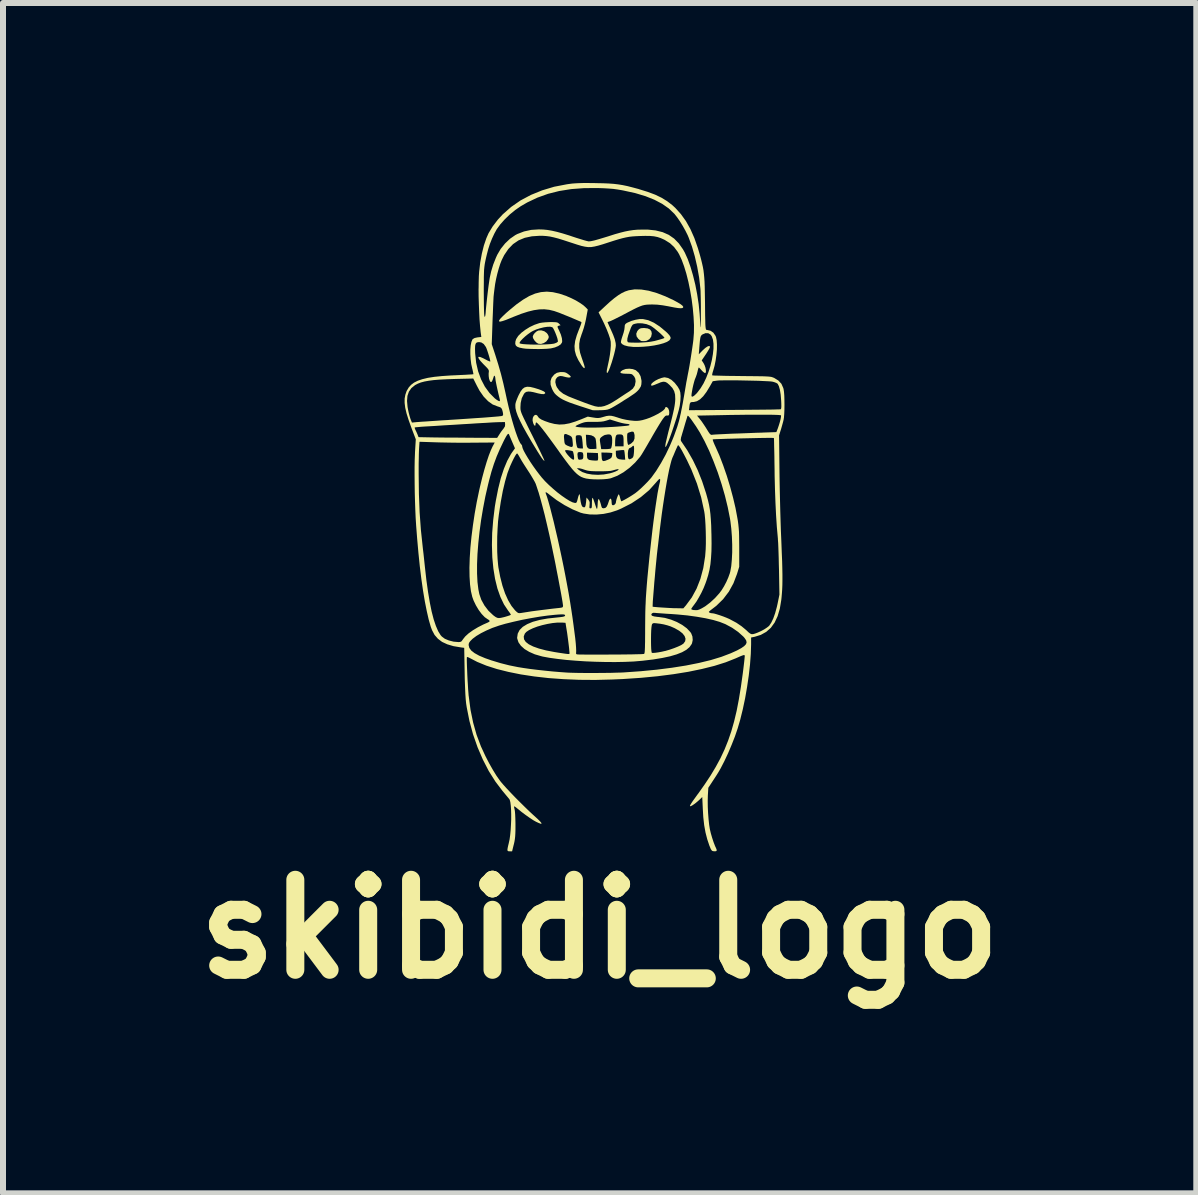
<source format=kicad_pcb>
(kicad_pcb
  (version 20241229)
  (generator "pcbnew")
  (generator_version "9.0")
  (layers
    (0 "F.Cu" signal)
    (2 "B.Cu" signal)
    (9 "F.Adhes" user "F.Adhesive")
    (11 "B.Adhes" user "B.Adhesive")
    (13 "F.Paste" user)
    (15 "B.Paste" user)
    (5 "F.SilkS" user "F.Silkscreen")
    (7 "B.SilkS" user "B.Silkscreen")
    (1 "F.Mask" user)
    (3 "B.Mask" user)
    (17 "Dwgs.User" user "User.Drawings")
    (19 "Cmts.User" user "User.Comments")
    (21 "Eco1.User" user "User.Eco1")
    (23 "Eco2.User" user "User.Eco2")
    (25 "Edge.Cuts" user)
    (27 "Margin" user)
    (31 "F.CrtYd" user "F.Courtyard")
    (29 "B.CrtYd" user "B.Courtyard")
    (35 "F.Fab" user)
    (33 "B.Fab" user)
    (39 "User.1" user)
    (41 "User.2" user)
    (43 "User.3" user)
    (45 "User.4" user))
  (footprint "skibidi_logo"
    (layer "F.Cu")
    (at 6.943 5.433)
    (property "Reference" "skibidi_logo" (at 0 7 0) (layer "F.SilkS") (effects (font (size 1.5 1.5) (thickness 0.3))))
    (attr board_only exclude_from_pos_files exclude_from_bom)
    (fp_poly (pts (xy -0.921 -2.962) (xy -0.881 -2.933) (xy -0.864 -2.91) (xy -0.85 -2.881) (xy -0.849 -2.859) (xy -0.858 -2.835) (xy -0.888 -2.794) (xy -0.93 -2.766) (xy -0.977 -2.751) (xy -1.021 -2.755) (xy -1.028 -2.758) (xy -1.058 -2.778) (xy -1.087 -2.81) (xy -1.108 -2.845) (xy -1.115 -2.872) (xy -1.105 -2.902) (xy -1.081 -2.934) (xy -1.048 -2.962) (xy -1.017 -2.976) (xy -0.97 -2.977)) (stroke (width 0) (type solid)) (fill yes) (layer "F.SilkS"))
    (fp_poly (pts (xy 0.8 -3.01) (xy 0.84 -2.992) (xy 0.863 -2.959) (xy 0.869 -2.922) (xy 0.858 -2.871) (xy 0.829 -2.831) (xy 0.785 -2.805) (xy 0.757 -2.799) (xy 0.723 -2.798) (xy 0.696 -2.8) (xy 0.693 -2.801) (xy 0.672 -2.814) (xy 0.646 -2.835) (xy 0.643 -2.838) (xy 0.616 -2.877) (xy 0.61 -2.921) (xy 0.627 -2.964) (xy 0.642 -2.984) (xy 0.664 -3.003) (xy 0.688 -3.013) (xy 0.722 -3.016) (xy 0.74 -3.017)) (stroke (width 0) (type solid)) (fill yes) (layer "F.SilkS"))
    (fp_poly (pts (xy 1.14 -2.184) (xy 1.196 -2.153) (xy 1.251 -2.103) (xy 1.301 -2.039) (xy 1.331 -1.987) (xy 1.344 -1.943) (xy 1.349 -1.882) (xy 1.346 -1.808) (xy 1.336 -1.728) (xy 1.331 -1.704) (xy 1.319 -1.651) (xy 1.301 -1.587) (xy 1.28 -1.515) (xy 1.255 -1.438) (xy 1.229 -1.359) (xy 1.203 -1.282) (xy 1.177 -1.21) (xy 1.153 -1.146) (xy 1.131 -1.094) (xy 1.114 -1.056) (xy 1.101 -1.035) (xy 1.097 -1.033) (xy 1.094 -1.043) (xy 1.096 -1.069) (xy 1.098 -1.083) (xy 1.103 -1.11) (xy 1.114 -1.156) (xy 1.128 -1.215) (xy 1.144 -1.281) (xy 1.159 -1.338) (xy 1.187 -1.447) (xy 1.209 -1.535) (xy 1.226 -1.608) (xy 1.239 -1.667) (xy 1.248 -1.715) (xy 1.254 -1.756) (xy 1.258 -1.792) (xy 1.26 -1.828) (xy 1.26 -1.837) (xy 1.257 -1.908) (xy 1.242 -1.965) (xy 1.213 -2.016) (xy 1.166 -2.067) (xy 1.157 -2.075) (xy 1.123 -2.104) (xy 1.092 -2.119) (xy 1.059 -2.122) (xy 1.018 -2.112) (xy 0.963 -2.089) (xy 0.962 -2.089) (xy 0.914 -2.069) (xy 0.882 -2.058) (xy 0.865 -2.056) (xy 0.858 -2.062) (xy 0.857 -2.07) (xy 0.867 -2.092) (xy 0.895 -2.117) (xy 0.934 -2.143) (xy 0.98 -2.166) (xy 1.028 -2.184) (xy 1.071 -2.194) (xy 1.085 -2.195)) (stroke (width 0) (type solid)) (fill yes) (layer "F.SilkS"))
    (fp_poly (pts (xy -1.157 -2.035) (xy -1.09 -2.019) (xy -1.032 -2.001) (xy -0.97 -1.979) (xy -0.93 -1.96) (xy -0.91 -1.944) (xy -0.907 -1.929) (xy -0.909 -1.927) (xy -0.929 -1.915) (xy -0.969 -1.916) (xy -1.028 -1.928) (xy -1.062 -1.937) (xy -1.11 -1.949) (xy -1.157 -1.957) (xy -1.189 -1.958) (xy -1.224 -1.952) (xy -1.249 -1.935) (xy -1.264 -1.914) (xy -1.298 -1.847) (xy -1.316 -1.767) (xy -1.32 -1.7) (xy -1.32 -1.68) (xy -1.319 -1.661) (xy -1.316 -1.642) (xy -1.31 -1.62) (xy -1.3 -1.592) (xy -1.285 -1.557) (xy -1.264 -1.512) (xy -1.236 -1.455) (xy -1.201 -1.383) (xy -1.157 -1.294) (xy -1.117 -1.215) (xy -1.072 -1.124) (xy -1.031 -1.041) (xy -0.994 -0.966) (xy -0.964 -0.903) (xy -0.94 -0.853) (xy -0.925 -0.819) (xy -0.919 -0.804) (xy -0.919 -0.803) (xy -0.929 -0.807) (xy -0.941 -0.819) (xy -0.963 -0.847) (xy -0.994 -0.894) (xy -1.034 -0.957) (xy -1.081 -1.034) (xy -1.134 -1.122) (xy -1.191 -1.22) (xy -1.212 -1.256) (xy -1.276 -1.371) (xy -1.326 -1.469) (xy -1.364 -1.552) (xy -1.389 -1.622) (xy -1.403 -1.682) (xy -1.405 -1.732) (xy -1.403 -1.754) (xy -1.395 -1.786) (xy -1.378 -1.832) (xy -1.357 -1.882) (xy -1.349 -1.899) (xy -1.317 -1.959) (xy -1.286 -2.001) (xy -1.251 -2.027) (xy -1.209 -2.038)) (stroke (width 0) (type solid)) (fill yes) (layer "F.SilkS"))
    (fp_poly (pts (xy -0.78 -3.614) (xy -0.673 -3.59) (xy -0.556 -3.551) (xy -0.546 -3.546) (xy -0.472 -3.514) (xy -0.398 -3.477) (xy -0.33 -3.436) (xy -0.273 -3.397) (xy -0.237 -3.365) (xy -0.198 -3.325) (xy -0.212 -3.25) (xy -0.229 -3.158) (xy -0.247 -3.081) (xy -0.266 -3.012) (xy -0.289 -2.943) (xy -0.299 -2.917) (xy -0.327 -2.832) (xy -0.34 -2.756) (xy -0.34 -2.683) (xy -0.326 -2.605) (xy -0.298 -2.518) (xy -0.275 -2.452) (xy -0.26 -2.406) (xy -0.251 -2.375) (xy -0.249 -2.357) (xy -0.251 -2.349) (xy -0.256 -2.348) (xy -0.27 -2.356) (xy -0.29 -2.379) (xy -0.303 -2.397) (xy -0.356 -2.483) (xy -0.393 -2.562) (xy -0.414 -2.639) (xy -0.419 -2.717) (xy -0.408 -2.802) (xy -0.381 -2.896) (xy -0.34 -3.004) (xy -0.336 -3.013) (xy -0.319 -3.057) (xy -0.307 -3.091) (xy -0.303 -3.112) (xy -0.305 -3.116) (xy -0.32 -3.124) (xy -0.354 -3.138) (xy -0.4 -3.158) (xy -0.456 -3.182) (xy -0.516 -3.207) (xy -0.576 -3.231) (xy -0.633 -3.254) (xy -0.672 -3.27) (xy -0.758 -3.3) (xy -0.84 -3.32) (xy -0.922 -3.329) (xy -1.006 -3.327) (xy -1.096 -3.314) (xy -1.194 -3.29) (xy -1.305 -3.254) (xy -1.431 -3.205) (xy -1.487 -3.182) (xy -1.563 -3.151) (xy -1.62 -3.132) (xy -1.658 -3.123) (xy -1.676 -3.127) (xy -1.676 -3.143) (xy -1.656 -3.171) (xy -1.616 -3.212) (xy -1.558 -3.267) (xy -1.505 -3.313) (xy -1.386 -3.411) (xy -1.276 -3.489) (xy -1.174 -3.549) (xy -1.075 -3.591) (xy -0.979 -3.615) (xy -0.881 -3.623)) (stroke (width 0) (type solid)) (fill yes) (layer "F.SilkS"))
    (fp_poly (pts (xy 0.81 -3.147) (xy 0.904 -3.105) (xy 1.001 -3.042) (xy 1.102 -2.958) (xy 1.128 -2.934) (xy 1.164 -2.894) (xy 1.182 -2.863) (xy 1.181 -2.838) (xy 1.163 -2.813) (xy 1.159 -2.809) (xy 1.121 -2.785) (xy 1.064 -2.763) (xy 0.992 -2.743) (xy 0.909 -2.726) (xy 0.82 -2.713) (xy 0.728 -2.705) (xy 0.64 -2.701) (xy 0.557 -2.702) (xy 0.485 -2.71) (xy 0.472 -2.712) (xy 0.412 -2.728) (xy 0.372 -2.75) (xy 0.355 -2.775) (xy 0.354 -2.777) (xy 0.357 -2.8) (xy 0.357 -2.802) (xy 0.46 -2.802) (xy 0.47 -2.781) (xy 0.471 -2.78) (xy 0.488 -2.776) (xy 0.525 -2.774) (xy 0.576 -2.773) (xy 0.637 -2.773) (xy 0.657 -2.773) (xy 0.737 -2.777) (xy 0.802 -2.782) (xy 0.859 -2.79) (xy 0.917 -2.801) (xy 0.954 -2.811) (xy 1.004 -2.825) (xy 1.045 -2.837) (xy 1.072 -2.847) (xy 1.08 -2.853) (xy 1.071 -2.867) (xy 1.048 -2.891) (xy 1.015 -2.923) (xy 0.975 -2.958) (xy 0.933 -2.993) (xy 0.894 -3.024) (xy 0.861 -3.047) (xy 0.848 -3.055) (xy 0.782 -3.081) (xy 0.707 -3.095) (xy 0.633 -3.096) (xy 0.591 -3.088) (xy 0.567 -3.081) (xy 0.55 -3.071) (xy 0.537 -3.053) (xy 0.522 -3.024) (xy 0.505 -2.978) (xy 0.477 -2.9) (xy 0.462 -2.842) (xy 0.46 -2.802) (xy 0.357 -2.802) (xy 0.366 -2.837) (xy 0.38 -2.881) (xy 0.383 -2.889) (xy 0.399 -2.939) (xy 0.411 -2.988) (xy 0.416 -3.027) (xy 0.416 -3.028) (xy 0.419 -3.062) (xy 0.429 -3.083) (xy 0.451 -3.1) (xy 0.465 -3.107) (xy 0.526 -3.134) (xy 0.597 -3.154) (xy 0.667 -3.166) (xy 0.721 -3.166)) (stroke (width 0) (type solid)) (fill yes) (layer "F.SilkS"))
    (fp_poly (pts (xy 0.695 -3.658) (xy 0.818 -3.638) (xy 0.951 -3.6) (xy 1.094 -3.545) (xy 1.231 -3.481) (xy 1.301 -3.443) (xy 1.35 -3.413) (xy 1.38 -3.389) (xy 1.393 -3.37) (xy 1.391 -3.358) (xy 1.378 -3.349) (xy 1.35 -3.346) (xy 1.307 -3.349) (xy 1.245 -3.359) (xy 1.163 -3.375) (xy 1.154 -3.377) (xy 1.052 -3.395) (xy 0.96 -3.406) (xy 0.874 -3.409) (xy 0.827 -3.408) (xy 0.787 -3.406) (xy 0.75 -3.401) (xy 0.712 -3.392) (xy 0.671 -3.377) (xy 0.622 -3.356) (xy 0.563 -3.327) (xy 0.49 -3.289) (xy 0.409 -3.246) (xy 0.346 -3.213) (xy 0.286 -3.183) (xy 0.236 -3.158) (xy 0.197 -3.14) (xy 0.179 -3.132) (xy 0.15 -3.122) (xy 0.133 -3.116) (xy 0.132 -3.116) (xy 0.135 -3.105) (xy 0.147 -3.078) (xy 0.165 -3.037) (xy 0.186 -2.992) (xy 0.226 -2.901) (xy 0.253 -2.827) (xy 0.267 -2.765) (xy 0.27 -2.725) (xy 0.266 -2.692) (xy 0.256 -2.642) (xy 0.241 -2.58) (xy 0.222 -2.512) (xy 0.201 -2.442) (xy 0.178 -2.376) (xy 0.176 -2.368) (xy 0.154 -2.313) (xy 0.137 -2.279) (xy 0.125 -2.266) (xy 0.119 -2.274) (xy 0.118 -2.292) (xy 0.12 -2.315) (xy 0.128 -2.354) (xy 0.138 -2.401) (xy 0.14 -2.41) (xy 0.157 -2.489) (xy 0.171 -2.571) (xy 0.181 -2.651) (xy 0.186 -2.723) (xy 0.185 -2.779) (xy 0.185 -2.787) (xy 0.174 -2.839) (xy 0.151 -2.908) (xy 0.118 -2.993) (xy 0.075 -3.09) (xy 0.037 -3.168) (xy -0.018 -3.278) (xy 0.088 -3.377) (xy 0.172 -3.454) (xy 0.245 -3.515) (xy 0.309 -3.562) (xy 0.367 -3.598) (xy 0.423 -3.625) (xy 0.48 -3.644) (xy 0.487 -3.646) (xy 0.585 -3.661)) (stroke (width 0) (type solid)) (fill yes) (layer "F.SilkS"))
    (fp_poly (pts (xy -0.765 -3.115) (xy -0.73 -3.113) (xy -0.706 -3.109) (xy -0.69 -3.1) (xy -0.678 -3.09) (xy -0.651 -3.063) (xy -0.678 -3.056) (xy -0.695 -3.05) (xy -0.702 -3.04) (xy -0.698 -3.022) (xy -0.683 -2.99) (xy -0.675 -2.974) (xy -0.646 -2.907) (xy -0.629 -2.846) (xy -0.624 -2.796) (xy -0.629 -2.773) (xy -0.65 -2.743) (xy -0.691 -2.716) (xy -0.746 -2.693) (xy -0.813 -2.677) (xy -0.824 -2.676) (xy -0.873 -2.671) (xy -0.939 -2.668) (xy -1.014 -2.666) (xy -1.092 -2.667) (xy -1.166 -2.669) (xy -1.23 -2.672) (xy -1.277 -2.678) (xy -1.278 -2.678) (xy -1.336 -2.69) (xy -1.374 -2.705) (xy -1.396 -2.724) (xy -1.406 -2.751) (xy -1.406 -2.755) (xy -1.406 -2.763) (xy -1.335 -2.763) (xy -1.334 -2.762) (xy -1.315 -2.755) (xy -1.277 -2.749) (xy -1.223 -2.745) (xy -1.159 -2.742) (xy -1.087 -2.74) (xy -1.013 -2.74) (xy -0.939 -2.742) (xy -0.872 -2.745) (xy -0.813 -2.749) (xy -0.769 -2.755) (xy -0.753 -2.759) (xy -0.721 -2.771) (xy -0.7 -2.785) (xy -0.696 -2.79) (xy -0.697 -2.81) (xy -0.705 -2.846) (xy -0.72 -2.89) (xy -0.738 -2.936) (xy -0.757 -2.979) (xy -0.774 -3.012) (xy -0.788 -3.029) (xy -0.789 -3.03) (xy -0.823 -3.038) (xy -0.872 -3.037) (xy -0.931 -3.028) (xy -0.995 -3.012) (xy -1.058 -2.992) (xy -1.114 -2.967) (xy -1.144 -2.95) (xy -1.195 -2.914) (xy -1.242 -2.876) (xy -1.283 -2.838) (xy -1.314 -2.805) (xy -1.332 -2.779) (xy -1.335 -2.763) (xy -1.406 -2.763) (xy -1.404 -2.792) (xy -1.392 -2.83) (xy -1.39 -2.834) (xy -1.357 -2.885) (xy -1.305 -2.937) (xy -1.239 -2.987) (xy -1.165 -3.033) (xy -1.087 -3.07) (xy -1.009 -3.097) (xy -0.998 -3.1) (xy -0.956 -3.107) (xy -0.901 -3.112) (xy -0.841 -3.115) (xy -0.819 -3.116)) (stroke (width 0) (type solid)) (fill yes) (layer "F.SilkS"))
    (fp_poly (pts (xy 0.552 -2.332) (xy 0.601 -2.314) (xy 0.604 -2.312) (xy 0.651 -2.27) (xy 0.682 -2.213) (xy 0.697 -2.143) (xy 0.698 -2.122) (xy 0.695 -2.077) (xy 0.686 -2.043) (xy 0.664 -2.008) (xy 0.663 -2.005) (xy 0.647 -1.985) (xy 0.629 -1.966) (xy 0.606 -1.945) (xy 0.575 -1.921) (xy 0.532 -1.892) (xy 0.477 -1.855) (xy 0.404 -1.81) (xy 0.376 -1.791) (xy 0.303 -1.746) (xy 0.246 -1.712) (xy 0.202 -1.687) (xy 0.165 -1.669) (xy 0.133 -1.658) (xy 0.1 -1.652) (xy 0.064 -1.649) (xy 0.02 -1.647) (xy 0.012 -1.647) (xy -0.04 -1.646) (xy -0.084 -1.646) (xy -0.114 -1.647) (xy -0.123 -1.649) (xy -0.138 -1.654) (xy -0.171 -1.665) (xy -0.218 -1.68) (xy -0.276 -1.699) (xy -0.323 -1.714) (xy -0.421 -1.747) (xy -0.501 -1.775) (xy -0.564 -1.801) (xy -0.615 -1.825) (xy -0.656 -1.849) (xy -0.687 -1.871) (xy -0.725 -1.902) (xy -0.75 -1.928) (xy -0.771 -1.959) (xy -0.793 -2.001) (xy -0.817 -2.07) (xy -0.819 -2.132) (xy -0.801 -2.187) (xy -0.795 -2.195) (xy -0.756 -2.242) (xy -0.713 -2.27) (xy -0.66 -2.282) (xy -0.636 -2.283) (xy -0.592 -2.281) (xy -0.561 -2.272) (xy -0.53 -2.253) (xy -0.525 -2.249) (xy -0.499 -2.228) (xy -0.483 -2.211) (xy -0.481 -2.207) (xy -0.491 -2.193) (xy -0.519 -2.191) (xy -0.561 -2.198) (xy -0.572 -2.201) (xy -0.622 -2.214) (xy -0.658 -2.217) (xy -0.687 -2.208) (xy -0.709 -2.194) (xy -0.733 -2.161) (xy -0.739 -2.115) (xy -0.726 -2.06) (xy -0.713 -2.03) (xy -0.671 -1.972) (xy -0.608 -1.922) (xy -0.522 -1.878) (xy -0.515 -1.875) (xy -0.427 -1.84) (xy -0.34 -1.806) (xy -0.259 -1.775) (xy -0.188 -1.749) (xy -0.13 -1.729) (xy -0.088 -1.716) (xy -0.079 -1.713) (xy -0.027 -1.704) (xy 0.025 -1.705) (xy 0.078 -1.716) (xy 0.138 -1.739) (xy 0.207 -1.775) (xy 0.288 -1.825) (xy 0.337 -1.858) (xy 0.387 -1.891) (xy 0.437 -1.924) (xy 0.478 -1.95) (xy 0.498 -1.963) (xy 0.553 -2.006) (xy 0.586 -2.057) (xy 0.598 -2.119) (xy 0.599 -2.127) (xy 0.594 -2.171) (xy 0.578 -2.205) (xy 0.568 -2.217) (xy 0.549 -2.238) (xy 0.53 -2.249) (xy 0.502 -2.253) (xy 0.466 -2.254) (xy 0.403 -2.256) (xy 0.363 -2.263) (xy 0.345 -2.274) (xy 0.35 -2.29) (xy 0.377 -2.311) (xy 0.386 -2.316) (xy 0.434 -2.334) (xy 0.493 -2.339)) (stroke (width 0) (type solid)) (fill yes) (layer "F.SilkS"))
    (fp_poly (pts (xy 1.116 -1.699) (xy 1.136 -1.685) (xy 1.145 -1.673) (xy 1.158 -1.637) (xy 1.16 -1.6) (xy 1.156 -1.571) (xy 1.147 -1.559) (xy 1.127 -1.558) (xy 1.125 -1.558) (xy 1.109 -1.558) (xy 1.094 -1.55) (xy 1.076 -1.531) (xy 1.051 -1.498) (xy 1.029 -1.465) (xy 1.003 -1.424) (xy 0.969 -1.368) (xy 0.929 -1.301) (xy 0.887 -1.229) (xy 0.845 -1.155) (xy 0.838 -1.144) (xy 0.799 -1.076) (xy 0.761 -1.011) (xy 0.727 -0.954) (xy 0.7 -0.909) (xy 0.68 -0.88) (xy 0.677 -0.874) (xy 0.593 -0.776) (xy 0.499 -0.688) (xy 0.398 -0.613) (xy 0.294 -0.554) (xy 0.192 -0.515) (xy 0.179 -0.511) (xy 0.127 -0.502) (xy 0.059 -0.496) (xy -0.018 -0.494) (xy -0.095 -0.495) (xy -0.166 -0.5) (xy -0.223 -0.508) (xy -0.232 -0.51) (xy -0.271 -0.521) (xy -0.308 -0.536) (xy -0.343 -0.557) (xy -0.38 -0.586) (xy -0.419 -0.624) (xy -0.463 -0.673) (xy -0.468 -0.68) (xy -0.381 -0.68) (xy -0.346 -0.651) (xy -0.288 -0.616) (xy -0.212 -0.59) (xy -0.125 -0.575) (xy -0.029 -0.57) (xy 0.069 -0.576) (xy 0.166 -0.594) (xy 0.168 -0.594) (xy 0.22 -0.609) (xy 0.265 -0.626) (xy 0.298 -0.642) (xy 0.316 -0.656) (xy 0.317 -0.66) (xy 0.306 -0.665) (xy 0.277 -0.66) (xy 0.229 -0.647) (xy 0.211 -0.642) (xy 0.183 -0.636) (xy 0.135 -0.632) (xy 0.073 -0.63) (xy 0.001 -0.629) (xy -0.006 -0.629) (xy -0.079 -0.63) (xy -0.133 -0.632) (xy -0.175 -0.636) (xy -0.209 -0.642) (xy -0.24 -0.651) (xy -0.252 -0.655) (xy -0.294 -0.669) (xy -0.331 -0.678) (xy -0.352 -0.68) (xy -0.381 -0.68) (xy -0.468 -0.68) (xy -0.513 -0.736) (xy -0.572 -0.814) (xy -0.641 -0.908) (xy -0.676 -0.957) (xy -0.681 -0.965) (xy -0.574 -0.965) (xy -0.56 -0.939) (xy -0.537 -0.908) (xy -0.509 -0.876) (xy -0.48 -0.847) (xy -0.453 -0.828) (xy -0.436 -0.822) (xy -0.428 -0.827) (xy -0.425 -0.846) (xy -0.428 -0.883) (xy -0.429 -0.889) (xy -0.433 -0.914) (xy -0.37 -0.914) (xy -0.367 -0.877) (xy -0.362 -0.844) (xy -0.354 -0.827) (xy -0.339 -0.822) (xy -0.33 -0.822) (xy -0.301 -0.826) (xy -0.284 -0.832) (xy -0.274 -0.852) (xy -0.272 -0.891) (xy -0.272 -0.893) (xy -0.276 -0.925) (xy -0.283 -0.94) (xy -0.211 -0.94) (xy -0.211 -0.895) (xy -0.208 -0.856) (xy -0.196 -0.832) (xy -0.171 -0.818) (xy -0.128 -0.811) (xy -0.115 -0.81) (xy -0.075 -0.807) (xy -0.045 -0.808) (xy -0.032 -0.811) (xy -0.027 -0.826) (xy -0.025 -0.856) (xy -0.026 -0.876) (xy -0.029 -0.933) (xy -0.12 -0.937) (xy -0.211 -0.94) (xy -0.283 -0.94) (xy -0.284 -0.941) (xy -0.288 -0.942) (xy 0.029 -0.942) (xy 0.032 -0.885) (xy 0.036 -0.837) (xy 0.045 -0.809) (xy 0.062 -0.799) (xy 0.092 -0.804) (xy 0.139 -0.822) (xy 0.141 -0.823) (xy 0.176 -0.84) (xy 0.196 -0.857) (xy 0.205 -0.88) (xy 0.207 -0.888) (xy 0.21 -0.916) (xy 0.21 -0.932) (xy 0.21 -0.933) (xy 0.197 -0.935) (xy 0.166 -0.938) (xy 0.125 -0.94) (xy 0.117 -0.94) (xy 0.029 -0.942) (xy -0.288 -0.942) (xy -0.302 -0.947) (xy -0.315 -0.949) (xy -0.348 -0.949) (xy -0.365 -0.939) (xy -0.37 -0.914) (xy -0.433 -0.914) (xy -0.436 -0.927) (xy -0.443 -0.954) (xy -0.449 -0.964) (xy -0.468 -0.97) (xy -0.47 -0.971) (xy 0.27 -0.971) (xy 0.27 -0.922) (xy 0.275 -0.877) (xy 0.291 -0.848) (xy 0.322 -0.831) (xy 0.371 -0.824) (xy 0.386 -0.823) (xy 0.426 -0.822) (xy 0.42 -0.899) (xy 0.418 -0.917) (xy 0.47 -0.917) (xy 0.472 -0.866) (xy 0.481 -0.837) (xy 0.498 -0.828) (xy 0.524 -0.838) (xy 0.545 -0.851) (xy 0.557 -0.865) (xy 0.565 -0.888) (xy 0.57 -0.926) (xy 0.573 -0.962) (xy 0.574 -1.015) (xy 0.571 -1.046) (xy 0.563 -1.056) (xy 0.548 -1.048) (xy 0.54 -1.039) (xy 0.52 -1.024) (xy 0.51 -1.021) (xy 0.49 -1.01) (xy 0.476 -0.979) (xy 0.47 -0.931) (xy 0.47 -0.917) (xy 0.418 -0.917) (xy 0.416 -0.939) (xy 0.411 -0.968) (xy 0.408 -0.981) (xy 0.394 -0.983) (xy 0.364 -0.982) (xy 0.336 -0.979) (xy 0.27 -0.971) (xy -0.47 -0.971) (xy -0.499 -0.976) (xy -0.532 -0.981) (xy -0.56 -0.982) (xy -0.574 -0.98) (xy -0.574 -0.965) (xy -0.681 -0.965) (xy -0.764 -1.08) (xy -0.839 -1.183) (xy -0.855 -1.204) (xy -0.595 -1.204) (xy -0.591 -1.157) (xy -0.587 -1.114) (xy -0.58 -1.089) (xy -0.569 -1.074) (xy -0.549 -1.062) (xy -0.535 -1.055) (xy -0.491 -1.038) (xy -0.464 -1.034) (xy -0.45 -1.044) (xy -0.446 -1.066) (xy -0.448 -1.1) (xy -0.452 -1.141) (xy -0.453 -1.153) (xy -0.459 -1.185) (xy -0.47 -1.204) (xy -0.398 -1.204) (xy -0.398 -1.172) (xy -0.395 -1.131) (xy -0.389 -1.088) (xy -0.381 -1.051) (xy -0.373 -1.026) (xy -0.372 -1.024) (xy -0.355 -1.014) (xy -0.325 -1.01) (xy -0.32 -1.009) (xy -0.278 -1.009) (xy -0.285 -1.111) (xy -0.291 -1.166) (xy -0.298 -1.204) (xy -0.307 -1.222) (xy -0.308 -1.222) (xy -0.334 -1.231) (xy -0.366 -1.231) (xy -0.391 -1.223) (xy -0.394 -1.221) (xy -0.398 -1.204) (xy -0.47 -1.204) (xy -0.47 -1.205) (xy -0.492 -1.221) (xy -0.518 -1.233) (xy -0.531 -1.238) (xy -0.229 -1.238) (xy -0.225 -1.139) (xy -0.221 -1.078) (xy -0.211 -1.037) (xy -0.193 -1.013) (xy -0.164 -1.001) (xy -0.121 -1) (xy -0.112 -1) (xy -0.053 -1.004) (xy -0.056 -1.08) (xy -0.06 -1.124) (xy -0.064 -1.151) (xy 0.003 -1.151) (xy 0.005 -1.133) (xy 0.01 -1.098) (xy 0.017 -1.056) (xy 0.018 -1.048) (xy 0.026 -0.998) (xy 0.098 -0.998) (xy 0.139 -1) (xy 0.172 -1.004) (xy 0.186 -1.008) (xy 0.196 -1.026) (xy 0.203 -1.059) (xy 0.208 -1.102) (xy 0.208 -1.114) (xy 0.258 -1.114) (xy 0.258 -1.045) (xy 0.329 -1.045) (xy 0.399 -1.045) (xy 0.399 -1.118) (xy 0.398 -1.174) (xy 0.395 -1.202) (xy 0.458 -1.202) (xy 0.458 -1.193) (xy 0.46 -1.136) (xy 0.466 -1.095) (xy 0.474 -1.072) (xy 0.48 -1.068) (xy 0.493 -1.074) (xy 0.519 -1.089) (xy 0.53 -1.097) (xy 0.564 -1.13) (xy 0.581 -1.174) (xy 0.582 -1.23) (xy 0.579 -1.245) (xy 0.571 -1.276) (xy 0.557 -1.29) (xy 0.53 -1.289) (xy 0.495 -1.278) (xy 0.474 -1.27) (xy 0.463 -1.259) (xy 0.459 -1.238) (xy 0.458 -1.202) (xy 0.395 -1.202) (xy 0.394 -1.21) (xy 0.384 -1.231) (xy 0.367 -1.241) (xy 0.34 -1.244) (xy 0.333 -1.244) (xy 0.299 -1.242) (xy 0.281 -1.234) (xy 0.27 -1.215) (xy 0.27 -1.214) (xy 0.263 -1.186) (xy 0.259 -1.145) (xy 0.258 -1.114) (xy 0.208 -1.114) (xy 0.209 -1.147) (xy 0.207 -1.187) (xy 0.201 -1.212) (xy 0.189 -1.233) (xy 0.171 -1.242) (xy 0.14 -1.244) (xy 0.085 -1.234) (xy 0.055 -1.218) (xy 0.022 -1.194) (xy 0.007 -1.174) (xy 0.003 -1.151) (xy -0.064 -1.151) (xy -0.066 -1.162) (xy -0.072 -1.182) (xy -0.098 -1.209) (xy -0.141 -1.229) (xy -0.19 -1.236) (xy -0.229 -1.238) (xy -0.531 -1.238) (xy -0.556 -1.249) (xy -0.58 -1.251) (xy -0.592 -1.237) (xy -0.595 -1.204) (xy -0.855 -1.204) (xy -0.903 -1.269) (xy -0.956 -1.337) (xy -0.99 -1.379) (xy -0.403 -1.379) (xy -0.393 -1.372) (xy -0.362 -1.366) (xy -0.313 -1.361) (xy -0.249 -1.358) (xy -0.172 -1.357) (xy -0.085 -1.357) (xy 0.009 -1.359) (xy 0.107 -1.363) (xy 0.208 -1.368) (xy 0.288 -1.373) (xy 0.349 -1.378) (xy 0.405 -1.383) (xy 0.448 -1.387) (xy 0.475 -1.391) (xy 0.479 -1.391) (xy 0.498 -1.4) (xy 0.497 -1.409) (xy 0.479 -1.417) (xy 0.448 -1.42) (xy 0.418 -1.424) (xy 0.373 -1.433) (xy 0.32 -1.447) (xy 0.287 -1.457) (xy 0.171 -1.493) (xy 0.106 -1.472) (xy 0.067 -1.462) (xy 0.024 -1.456) (xy -0.031 -1.453) (xy -0.1 -1.453) (xy -0.162 -1.453) (xy -0.207 -1.452) (xy -0.243 -1.448) (xy -0.274 -1.44) (xy -0.309 -1.428) (xy -0.321 -1.423) (xy -0.36 -1.406) (xy -0.389 -1.391) (xy -0.403 -1.38) (xy -0.403 -1.379) (xy -0.99 -1.379) (xy -0.997 -1.388) (xy -1.028 -1.422) (xy -1.049 -1.44) (xy -1.058 -1.444) (xy -1.065 -1.434) (xy -1.068 -1.414) (xy -1.072 -1.392) (xy -1.08 -1.388) (xy -1.092 -1.399) (xy -1.104 -1.422) (xy -1.113 -1.453) (xy -1.118 -1.481) (xy -1.114 -1.519) (xy -1.1 -1.548) (xy -1.08 -1.567) (xy -1.058 -1.57) (xy -1.038 -1.556) (xy -1.031 -1.545) (xy -1.011 -1.518) (xy -0.972 -1.492) (xy -0.913 -1.466) (xy -0.836 -1.439) (xy -0.752 -1.418) (xy -0.672 -1.408) (xy -0.59 -1.412) (xy -0.503 -1.428) (xy -0.405 -1.458) (xy -0.313 -1.493) (xy -0.198 -1.54) (xy -0.107 -1.525) (xy -0.059 -1.518) (xy -0.023 -1.517) (xy 0.01 -1.521) (xy 0.051 -1.532) (xy 0.067 -1.537) (xy 0.114 -1.55) (xy 0.154 -1.555) (xy 0.193 -1.554) (xy 0.239 -1.544) (xy 0.297 -1.526) (xy 0.323 -1.517) (xy 0.374 -1.502) (xy 0.437 -1.488) (xy 0.5 -1.478) (xy 0.516 -1.476) (xy 0.576 -1.47) (xy 0.622 -1.469) (xy 0.665 -1.473) (xy 0.713 -1.482) (xy 0.716 -1.483) (xy 0.776 -1.5) (xy 0.84 -1.523) (xy 0.903 -1.551) (xy 0.964 -1.582) (xy 1.017 -1.613) (xy 1.058 -1.642) (xy 1.084 -1.668) (xy 1.092 -1.685) (xy 1.099 -1.7)) (stroke (width 0) (type solid)) (fill yes) (layer "F.SilkS"))
    (fp_poly (pts (xy -0.088 -5.432) (xy -0.059 -5.431) (xy 0.055 -5.429) (xy 0.151 -5.425) (xy 0.235 -5.419) (xy 0.311 -5.41) (xy 0.385 -5.398) (xy 0.462 -5.382) (xy 0.548 -5.36) (xy 0.649 -5.333) (xy 0.66 -5.329) (xy 0.802 -5.285) (xy 0.925 -5.239) (xy 1.031 -5.188) (xy 1.124 -5.131) (xy 1.209 -5.066) (xy 1.261 -5.018) (xy 1.354 -4.915) (xy 1.438 -4.798) (xy 1.512 -4.666) (xy 1.578 -4.517) (xy 1.637 -4.348) (xy 1.673 -4.226) (xy 1.692 -4.155) (xy 1.707 -4.093) (xy 1.72 -4.035) (xy 1.73 -3.98) (xy 1.737 -3.922) (xy 1.743 -3.86) (xy 1.748 -3.789) (xy 1.751 -3.706) (xy 1.753 -3.608) (xy 1.755 -3.491) (xy 1.756 -3.427) (xy 1.757 -3.314) (xy 1.758 -3.222) (xy 1.76 -3.149) (xy 1.761 -3.093) (xy 1.763 -3.051) (xy 1.766 -3.022) (xy 1.769 -3.003) (xy 1.772 -2.993) (xy 1.777 -2.987) (xy 1.782 -2.986) (xy 1.783 -2.986) (xy 1.846 -2.972) (xy 1.895 -2.939) (xy 1.93 -2.888) (xy 1.939 -2.867) (xy 1.95 -2.814) (xy 1.955 -2.743) (xy 1.954 -2.659) (xy 1.946 -2.569) (xy 1.933 -2.477) (xy 1.915 -2.387) (xy 1.892 -2.306) (xy 1.891 -2.304) (xy 1.88 -2.267) (xy 1.875 -2.239) (xy 1.876 -2.228) (xy 1.889 -2.226) (xy 1.923 -2.224) (xy 1.976 -2.223) (xy 2.044 -2.221) (xy 2.126 -2.219) (xy 2.219 -2.218) (xy 2.32 -2.217) (xy 2.365 -2.216) (xy 2.484 -2.215) (xy 2.582 -2.214) (xy 2.661 -2.213) (xy 2.724 -2.212) (xy 2.773 -2.21) (xy 2.81 -2.208) (xy 2.839 -2.205) (xy 2.86 -2.202) (xy 2.877 -2.197) (xy 2.893 -2.191) (xy 2.908 -2.185) (xy 2.978 -2.142) (xy 3.029 -2.087) (xy 3.06 -2.017) (xy 3.065 -1.999) (xy 3.072 -1.954) (xy 3.077 -1.891) (xy 3.079 -1.816) (xy 3.08 -1.736) (xy 3.079 -1.656) (xy 3.076 -1.583) (xy 3.071 -1.522) (xy 3.065 -1.485) (xy 3.053 -1.438) (xy 3.037 -1.381) (xy 3.021 -1.325) (xy 3.019 -1.32) (xy 2.99 -1.227) (xy 2.997 -0.604) (xy 2.999 -0.46) (xy 3.002 -0.302) (xy 3.006 -0.136) (xy 3.01 0.032) (xy 3.015 0.198) (xy 3.02 0.354) (xy 3.026 0.496) (xy 3.029 0.569) (xy 3.035 0.728) (xy 3.041 0.866) (xy 3.044 0.985) (xy 3.046 1.09) (xy 3.046 1.182) (xy 3.045 1.264) (xy 3.042 1.338) (xy 3.037 1.408) (xy 3.031 1.477) (xy 3.027 1.514) (xy 3.003 1.659) (xy 2.966 1.785) (xy 2.916 1.892) (xy 2.853 1.979) (xy 2.776 2.047) (xy 2.686 2.097) (xy 2.587 2.128) (xy 2.524 2.141) (xy 2.524 2.255) (xy 2.519 2.414) (xy 2.506 2.589) (xy 2.485 2.774) (xy 2.457 2.965) (xy 2.424 3.155) (xy 2.385 3.339) (xy 2.342 3.513) (xy 2.3 3.656) (xy 2.254 3.791) (xy 2.199 3.931) (xy 2.14 4.07) (xy 2.078 4.202) (xy 2.017 4.32) (xy 1.997 4.355) (xy 1.979 4.386) (xy 1.951 4.431) (xy 1.918 4.482) (xy 1.889 4.526) (xy 1.811 4.645) (xy 1.803 4.778) (xy 1.801 4.864) (xy 1.802 4.962) (xy 1.807 5.066) (xy 1.815 5.169) (xy 1.825 5.262) (xy 1.836 5.332) (xy 1.852 5.401) (xy 1.874 5.477) (xy 1.899 5.553) (xy 1.924 5.618) (xy 1.939 5.649) (xy 1.951 5.681) (xy 1.947 5.699) (xy 1.924 5.704) (xy 1.895 5.702) (xy 1.878 5.698) (xy 1.864 5.685) (xy 1.85 5.661) (xy 1.833 5.619) (xy 1.83 5.613) (xy 1.793 5.503) (xy 1.764 5.39) (xy 1.742 5.268) (xy 1.727 5.134) (xy 1.719 4.996) (xy 1.71 4.799) (xy 1.662 4.846) (xy 1.627 4.877) (xy 1.589 4.908) (xy 1.553 4.933) (xy 1.525 4.949) (xy 1.513 4.953) (xy 1.506 4.951) (xy 1.505 4.944) (xy 1.512 4.929) (xy 1.527 4.904) (xy 1.552 4.866) (xy 1.589 4.815) (xy 1.638 4.747) (xy 1.639 4.747) (xy 1.749 4.591) (xy 1.848 4.442) (xy 1.935 4.297) (xy 2.013 4.153) (xy 2.081 4.008) (xy 2.141 3.859) (xy 2.194 3.704) (xy 2.241 3.539) (xy 2.283 3.363) (xy 2.32 3.171) (xy 2.354 2.963) (xy 2.386 2.734) (xy 2.394 2.67) (xy 2.402 2.604) (xy 2.409 2.545) (xy 2.414 2.497) (xy 2.417 2.464) (xy 2.418 2.455) (xy 2.417 2.442) (xy 2.413 2.434) (xy 2.403 2.433) (xy 2.383 2.439) (xy 2.349 2.452) (xy 2.299 2.474) (xy 2.265 2.489) (xy 2.101 2.554) (xy 1.914 2.613) (xy 1.706 2.665) (xy 1.479 2.712) (xy 1.232 2.752) (xy 0.968 2.786) (xy 0.686 2.813) (xy 0.387 2.833) (xy 0.204 2.841) (xy -0.073 2.848) (xy -0.342 2.846) (xy -0.602 2.835) (xy -0.851 2.817) (xy -1.089 2.79) (xy -1.313 2.756) (xy -1.521 2.714) (xy -1.713 2.666) (xy -1.887 2.61) (xy -2.041 2.547) (xy -2.168 2.481) (xy -2.194 2.469) (xy -2.21 2.465) (xy -2.212 2.466) (xy -2.213 2.48) (xy -2.214 2.513) (xy -2.213 2.562) (xy -2.211 2.625) (xy -2.208 2.696) (xy -2.205 2.773) (xy -2.201 2.851) (xy -2.196 2.928) (xy -2.192 3) (xy -2.187 3.063) (xy -2.183 3.113) (xy -2.182 3.116) (xy -2.152 3.346) (xy -2.108 3.56) (xy -2.051 3.762) (xy -1.978 3.956) (xy -1.904 4.116) (xy -1.841 4.238) (xy -1.778 4.349) (xy -1.719 4.445) (xy -1.664 4.523) (xy -1.645 4.548) (xy -1.602 4.598) (xy -1.546 4.66) (xy -1.479 4.731) (xy -1.405 4.808) (xy -1.327 4.886) (xy -1.25 4.962) (xy -1.176 5.034) (xy -1.109 5.096) (xy -1.089 5.114) (xy -1.031 5.167) (xy -0.992 5.206) (xy -0.971 5.232) (xy -0.969 5.244) (xy -0.985 5.244) (xy -1.018 5.231) (xy -1.059 5.212) (xy -1.107 5.185) (xy -1.166 5.146) (xy -1.233 5.099) (xy -1.301 5.048) (xy -1.366 4.995) (xy -1.376 4.987) (xy -1.402 4.966) (xy -1.421 4.955) (xy -1.426 4.955) (xy -1.426 4.968) (xy -1.42 4.996) (xy -1.417 5.007) (xy -1.412 5.038) (xy -1.408 5.088) (xy -1.405 5.156) (xy -1.403 5.237) (xy -1.403 5.264) (xy -1.403 5.345) (xy -1.405 5.408) (xy -1.408 5.458) (xy -1.413 5.502) (xy -1.42 5.543) (xy -1.43 5.589) (xy -1.431 5.59) (xy -1.459 5.704) (xy -1.498 5.704) (xy -1.525 5.702) (xy -1.536 5.691) (xy -1.537 5.678) (xy -1.534 5.654) (xy -1.526 5.615) (xy -1.515 5.57) (xy -1.514 5.565) (xy -1.501 5.506) (xy -1.491 5.433) (xy -1.483 5.352) (xy -1.478 5.265) (xy -1.474 5.177) (xy -1.474 5.091) (xy -1.476 5.011) (xy -1.481 4.942) (xy -1.488 4.886) (xy -1.498 4.848) (xy -1.503 4.838) (xy -1.517 4.82) (xy -1.543 4.789) (xy -1.576 4.749) (xy -1.614 4.703) (xy -1.618 4.699) (xy -1.737 4.542) (xy -1.848 4.366) (xy -1.947 4.174) (xy -2.035 3.969) (xy -2.11 3.754) (xy -2.17 3.532) (xy -2.215 3.305) (xy -2.225 3.24) (xy -2.232 3.171) (xy -2.238 3.081) (xy -2.243 2.967) (xy -2.248 2.83) (xy -2.25 2.709) (xy -2.257 2.313) (xy -2.311 2.306) (xy -2.436 2.285) (xy -2.49 2.269) (xy -2.183 2.269) (xy -2.172 2.314) (xy -2.14 2.358) (xy -2.085 2.401) (xy -2.007 2.444) (xy -1.907 2.486) (xy -1.807 2.521) (xy -1.652 2.568) (xy -1.506 2.605) (xy -1.362 2.634) (xy -1.269 2.649) (xy -1.159 2.665) (xy -1.037 2.68) (xy -0.909 2.694) (xy -0.781 2.707) (xy -0.659 2.717) (xy -0.549 2.725) (xy -0.511 2.727) (xy -0.444 2.729) (xy -0.358 2.731) (xy -0.258 2.732) (xy -0.15 2.732) (xy -0.038 2.732) (xy 0.074 2.731) (xy 0.181 2.73) (xy 0.276 2.727) (xy 0.357 2.725) (xy 0.399 2.723) (xy 0.683 2.703) (xy 0.951 2.677) (xy 1.203 2.645) (xy 1.438 2.608) (xy 1.654 2.565) (xy 1.852 2.517) (xy 2.029 2.463) (xy 2.184 2.404) (xy 2.288 2.357) (xy 2.36 2.318) (xy 2.409 2.284) (xy 2.439 2.252) (xy 2.449 2.221) (xy 2.441 2.187) (xy 2.415 2.149) (xy 2.395 2.126) (xy 2.309 2.049) (xy 2.207 1.978) (xy 2.095 1.918) (xy 2.001 1.881) (xy 1.893 1.849) (xy 1.764 1.82) (xy 1.62 1.795) (xy 1.462 1.773) (xy 1.296 1.757) (xy 1.185 1.749) (xy 1.115 1.745) (xy 1.048 1.74) (xy 0.992 1.736) (xy 0.95 1.733) (xy 0.932 1.731) (xy 0.895 1.729) (xy 0.873 1.738) (xy 0.868 1.744) (xy 0.86 1.763) (xy 0.874 1.779) (xy 0.909 1.79) (xy 0.967 1.798) (xy 0.983 1.799) (xy 1.087 1.814) (xy 1.19 1.843) (xy 1.288 1.883) (xy 1.377 1.932) (xy 1.453 1.988) (xy 1.511 2.05) (xy 1.526 2.072) (xy 1.546 2.124) (xy 1.551 2.183) (xy 1.539 2.238) (xy 1.533 2.251) (xy 1.498 2.301) (xy 1.445 2.346) (xy 1.374 2.386) (xy 1.283 2.422) (xy 1.174 2.454) (xy 1.043 2.482) (xy 0.891 2.507) (xy 0.716 2.528) (xy 0.694 2.53) (xy 0.564 2.541) (xy 0.418 2.547) (xy 0.261 2.55) (xy 0.097 2.549) (xy -0.071 2.545) (xy -0.24 2.538) (xy -0.404 2.527) (xy -0.561 2.514) (xy -0.707 2.497) (xy -0.838 2.479) (xy -0.951 2.458) (xy -0.974 2.452) (xy -1.081 2.421) (xy -1.174 2.38) (xy -1.252 2.333) (xy -1.312 2.279) (xy -1.353 2.221) (xy -1.373 2.16) (xy -1.375 2.141) (xy -1.372 2.124) (xy -1.265 2.124) (xy -1.26 2.171) (xy -1.232 2.214) (xy -1.181 2.254) (xy -1.107 2.291) (xy -1.011 2.325) (xy -0.893 2.356) (xy -0.753 2.383) (xy -0.686 2.394) (xy -0.619 2.404) (xy -0.571 2.411) (xy -0.539 2.415) (xy -0.52 2.416) (xy -0.51 2.416) (xy -0.504 2.413) (xy -0.503 2.412) (xy -0.502 2.399) (xy -0.505 2.367) (xy -0.509 2.32) (xy -0.516 2.261) (xy -0.524 2.197) (xy -0.533 2.129) (xy -0.542 2.063) (xy -0.552 2.002) (xy -0.555 1.984) (xy -0.569 1.896) (xy -0.628 1.892) (xy -0.702 1.892) (xy -0.784 1.9) (xy -0.87 1.915) (xy -0.957 1.935) (xy -1.039 1.959) (xy -1.113 1.987) (xy -1.176 2.017) (xy -1.222 2.048) (xy -1.247 2.076) (xy -1.265 2.124) (xy -1.372 2.124) (xy -1.365 2.076) (xy -1.334 2.016) (xy -1.281 1.963) (xy -1.207 1.918) (xy -1.113 1.879) (xy -0.999 1.848) (xy -0.866 1.824) (xy -0.782 1.815) (xy -0.707 1.807) (xy -0.652 1.801) (xy -0.615 1.796) (xy -0.592 1.79) (xy -0.58 1.783) (xy -0.575 1.775) (xy -0.575 1.773) (xy -0.58 1.763) (xy -0.596 1.757) (xy -0.626 1.755) (xy -0.674 1.757) (xy -0.741 1.762) (xy -0.865 1.775) (xy -1.003 1.794) (xy -1.149 1.819) (xy -1.296 1.847) (xy -1.438 1.879) (xy -1.569 1.911) (xy -1.683 1.944) (xy -1.684 1.945) (xy -1.788 1.981) (xy -1.887 2.024) (xy -1.977 2.069) (xy -2.054 2.115) (xy -2.113 2.159) (xy -2.121 2.166) (xy -2.154 2.199) (xy -2.173 2.224) (xy -2.182 2.247) (xy -2.183 2.269) (xy -2.49 2.269) (xy -2.54 2.254) (xy -2.626 2.214) (xy -2.695 2.162) (xy -2.751 2.098) (xy -2.793 2.019) (xy -2.815 1.96) (xy -2.849 1.841) (xy -2.881 1.701) (xy -2.913 1.54) (xy -2.943 1.361) (xy -2.971 1.166) (xy -2.997 0.955) (xy -3.02 0.731) (xy -3.041 0.496) (xy -3.058 0.276) (xy -3.066 0.151) (xy -3.072 0.015) (xy -3.077 -0.129) (xy -3.081 -0.276) (xy -3.083 -0.423) (xy -3.084 -0.564) (xy -3.084 -0.582) (xy -3.016 -0.582) (xy -3.012 -0.253) (xy -3 0.056) (xy -2.979 0.347) (xy -2.951 0.61) (xy -2.945 0.667) (xy -2.936 0.741) (xy -2.927 0.824) (xy -2.918 0.909) (xy -2.911 0.975) (xy -2.887 1.188) (xy -2.86 1.381) (xy -2.831 1.554) (xy -2.8 1.707) (xy -2.766 1.838) (xy -2.729 1.948) (xy -2.691 2.036) (xy -2.651 2.101) (xy -2.63 2.125) (xy -2.58 2.162) (xy -2.513 2.19) (xy -2.435 2.21) (xy -2.353 2.217) (xy -2.353 2.217) (xy -2.324 2.215) (xy -2.304 2.206) (xy -2.286 2.183) (xy -2.276 2.168) (xy -2.239 2.122) (xy -2.184 2.072) (xy -2.113 2.021) (xy -2.03 1.971) (xy -1.94 1.925) (xy -1.863 1.891) (xy -1.837 1.877) (xy -1.834 1.861) (xy -1.854 1.843) (xy -1.865 1.837) (xy -1.915 1.802) (xy -1.966 1.749) (xy -2.016 1.682) (xy -2.062 1.605) (xy -2.101 1.524) (xy -2.123 1.463) (xy -2.145 1.369) (xy -2.16 1.256) (xy -2.168 1.124) (xy -2.17 0.977) (xy -2.168 0.918) (xy -2.043 0.918) (xy -2.043 1.075) (xy -2.036 1.216) (xy -2.021 1.339) (xy -2.005 1.418) (xy -1.972 1.513) (xy -1.92 1.607) (xy -1.854 1.694) (xy -1.778 1.766) (xy -1.761 1.78) (xy -1.731 1.801) (xy -1.705 1.813) (xy -1.679 1.817) (xy -1.645 1.813) (xy -1.597 1.802) (xy -1.571 1.795) (xy -1.528 1.782) (xy -1.496 1.771) (xy -1.48 1.762) (xy -1.479 1.761) (xy -1.486 1.748) (xy -1.503 1.722) (xy -1.524 1.695) (xy -1.594 1.59) (xy -1.654 1.465) (xy -1.704 1.323) (xy -1.743 1.164) (xy -1.771 0.991) (xy -1.789 0.805) (xy -1.795 0.607) (xy -1.795 0.589) (xy -1.708 0.589) (xy -1.707 0.715) (xy -1.701 0.832) (xy -1.692 0.934) (xy -1.687 0.974) (xy -1.657 1.132) (xy -1.62 1.277) (xy -1.576 1.407) (xy -1.525 1.52) (xy -1.469 1.615) (xy -1.409 1.689) (xy -1.386 1.711) (xy -1.37 1.724) (xy -1.357 1.732) (xy -1.34 1.735) (xy -1.315 1.733) (xy -1.276 1.727) (xy -1.238 1.721) (xy -1.193 1.714) (xy -1.13 1.704) (xy -1.053 1.694) (xy -0.967 1.683) (xy -0.878 1.672) (xy -0.79 1.661) (xy -0.708 1.652) (xy -0.678 1.649) (xy -0.64 1.644) (xy -0.62 1.638) (xy -0.612 1.627) (xy -0.61 1.61) (xy -0.613 1.588) (xy -0.619 1.546) (xy -0.629 1.487) (xy -0.642 1.413) (xy -0.658 1.327) (xy -0.676 1.231) (xy -0.695 1.13) (xy -0.716 1.024) (xy -0.736 0.918) (xy -0.757 0.814) (xy -0.778 0.714) (xy -0.797 0.622) (xy -0.798 0.616) (xy -0.838 0.432) (xy -0.878 0.258) (xy -0.916 0.097) (xy -0.954 -0.049) (xy -0.989 -0.179) (xy -1.018 -0.279) (xy -0.901 -0.279) (xy -0.9 -0.265) (xy -0.898 -0.261) (xy -0.877 -0.202) (xy -0.853 -0.122) (xy -0.826 -0.025) (xy -0.797 0.089) (xy -0.765 0.215) (xy -0.733 0.353) (xy -0.699 0.498) (xy -0.666 0.649) (xy -0.633 0.803) (xy -0.601 0.958) (xy -0.571 1.111) (xy -0.543 1.26) (xy -0.517 1.402) (xy -0.495 1.534) (xy -0.494 1.538) (xy -0.472 1.678) (xy -0.452 1.812) (xy -0.435 1.937) (xy -0.42 2.052) (xy -0.407 2.153) (xy -0.398 2.239) (xy -0.393 2.309) (xy -0.391 2.36) (xy -0.392 2.39) (xy -0.393 2.394) (xy -0.392 2.414) (xy -0.379 2.422) (xy -0.362 2.423) (xy -0.324 2.425) (xy -0.269 2.425) (xy -0.199 2.426) (xy -0.118 2.426) (xy -0.028 2.426) (xy 0.069 2.426) (xy 0.168 2.425) (xy 0.268 2.425) (xy 0.365 2.424) (xy 0.457 2.423) (xy 0.541 2.422) (xy 0.614 2.42) (xy 0.672 2.419) (xy 0.714 2.417) (xy 0.737 2.415) (xy 0.739 2.415) (xy 0.744 2.41) (xy 0.748 2.398) (xy 0.751 2.378) (xy 0.753 2.347) (xy 0.755 2.303) (xy 0.756 2.244) (xy 0.757 2.214) (xy 0.856 2.214) (xy 0.857 2.275) (xy 0.859 2.328) (xy 0.863 2.369) (xy 0.868 2.393) (xy 0.871 2.397) (xy 0.892 2.398) (xy 0.931 2.395) (xy 0.98 2.388) (xy 1.034 2.378) (xy 1.086 2.366) (xy 1.094 2.365) (xy 1.169 2.343) (xy 1.241 2.318) (xy 1.306 2.292) (xy 1.358 2.268) (xy 1.393 2.245) (xy 1.397 2.242) (xy 1.425 2.203) (xy 1.431 2.161) (xy 1.416 2.117) (xy 1.381 2.072) (xy 1.325 2.028) (xy 1.251 1.986) (xy 1.181 1.955) (xy 1.129 1.938) (xy 1.067 1.922) (xy 1.005 1.911) (xy 0.995 1.91) (xy 0.945 1.904) (xy 0.912 1.901) (xy 0.893 1.903) (xy 0.881 1.91) (xy 0.873 1.919) (xy 0.868 1.938) (xy 0.863 1.974) (xy 0.859 2.025) (xy 0.857 2.084) (xy 0.856 2.149) (xy 0.856 2.214) (xy 0.757 2.214) (xy 0.757 2.167) (xy 0.758 2.07) (xy 0.758 1.998) (xy 0.759 1.882) (xy 0.76 1.776) (xy 0.761 1.714) (xy 1.819 1.714) (xy 1.829 1.726) (xy 1.854 1.735) (xy 1.877 1.737) (xy 1.905 1.741) (xy 1.948 1.753) (xy 2.002 1.77) (xy 2.059 1.79) (xy 2.115 1.812) (xy 2.163 1.833) (xy 2.174 1.839) (xy 2.279 1.895) (xy 2.366 1.954) (xy 2.443 2.018) (xy 2.45 2.025) (xy 2.485 2.058) (xy 2.51 2.076) (xy 2.53 2.085) (xy 2.551 2.085) (xy 2.559 2.084) (xy 2.588 2.076) (xy 2.631 2.06) (xy 2.678 2.039) (xy 2.695 2.031) (xy 2.743 2.005) (xy 2.787 1.976) (xy 2.819 1.951) (xy 2.826 1.944) (xy 2.86 1.893) (xy 2.894 1.822) (xy 2.925 1.734) (xy 2.953 1.631) (xy 2.965 1.578) (xy 2.996 1.426) (xy 2.989 1.021) (xy 2.986 0.919) (xy 2.984 0.819) (xy 2.981 0.724) (xy 2.978 0.639) (xy 2.975 0.566) (xy 2.971 0.512) (xy 2.97 0.489) (xy 2.953 0.298) (xy 2.94 0.102) (xy 2.93 -0.103) (xy 2.922 -0.321) (xy 2.916 -0.556) (xy 2.915 -0.669) (xy 2.913 -0.776) (xy 2.912 -0.876) (xy 2.91 -0.966) (xy 2.908 -1.043) (xy 2.907 -1.106) (xy 2.906 -1.152) (xy 2.904 -1.179) (xy 2.904 -1.184) (xy 2.891 -1.185) (xy 2.858 -1.186) (xy 2.808 -1.186) (xy 2.742 -1.185) (xy 2.665 -1.184) (xy 2.58 -1.182) (xy 2.488 -1.18) (xy 2.393 -1.178) (xy 2.299 -1.176) (xy 2.207 -1.173) (xy 2.121 -1.171) (xy 2.045 -1.168) (xy 1.979 -1.166) (xy 1.929 -1.164) (xy 1.896 -1.162) (xy 1.884 -1.16) (xy 1.886 -1.147) (xy 1.896 -1.118) (xy 1.913 -1.077) (xy 1.93 -1.04) (xy 1.995 -0.894) (xy 2.058 -0.73) (xy 2.119 -0.554) (xy 2.174 -0.373) (xy 2.223 -0.191) (xy 2.264 -0.017) (xy 2.276 0.047) (xy 2.291 0.127) (xy 2.303 0.195) (xy 2.311 0.256) (xy 2.317 0.315) (xy 2.322 0.378) (xy 2.324 0.449) (xy 2.325 0.532) (xy 2.326 0.634) (xy 2.326 0.648) (xy 2.326 0.962) (xy 2.289 1.082) (xy 2.23 1.237) (xy 2.153 1.377) (xy 2.057 1.503) (xy 1.944 1.613) (xy 1.875 1.666) (xy 1.845 1.689) (xy 1.825 1.707) (xy 1.819 1.714) (xy 0.761 1.714) (xy 0.762 1.677) (xy 0.764 1.617) (xy 0.883 1.617) (xy 0.883 1.627) (xy 0.897 1.63) (xy 0.93 1.633) (xy 0.977 1.637) (xy 1.035 1.641) (xy 1.1 1.645) (xy 1.166 1.649) (xy 1.229 1.652) (xy 1.286 1.653) (xy 1.293 1.653) (xy 1.395 1.655) (xy 1.438 1.605) (xy 1.535 1.474) (xy 1.615 1.327) (xy 1.679 1.164) (xy 1.727 0.984) (xy 1.758 0.788) (xy 1.761 0.751) (xy 1.767 0.672) (xy 1.77 0.578) (xy 1.77 0.475) (xy 1.768 0.368) (xy 1.764 0.265) (xy 1.758 0.169) (xy 1.75 0.087) (xy 1.743 0.041) (xy 1.692 -0.194) (xy 1.621 -0.425) (xy 1.529 -0.657) (xy 1.456 -0.812) (xy 1.408 -0.905) (xy 1.369 -0.978) (xy 1.339 -1.028) (xy 1.318 -1.057) (xy 1.307 -1.064) (xy 1.306 -1.064) (xy 1.298 -1.05) (xy 1.285 -1.021) (xy 1.273 -0.995) (xy 1.254 -0.951) (xy 1.232 -0.898) (xy 1.211 -0.851) (xy 1.196 -0.807) (xy 1.179 -0.742) (xy 1.159 -0.659) (xy 1.139 -0.56) (xy 1.118 -0.447) (xy 1.097 -0.324) (xy 1.076 -0.192) (xy 1.055 -0.054) (xy 1.035 0.087) (xy 1.017 0.229) (xy 1.003 0.34) (xy 0.995 0.415) (xy 0.985 0.498) (xy 0.976 0.577) (xy 0.969 0.634) (xy 0.962 0.692) (xy 0.954 0.763) (xy 0.946 0.845) (xy 0.937 0.935) (xy 0.928 1.029) (xy 0.92 1.126) (xy 0.911 1.221) (xy 0.904 1.313) (xy 0.897 1.399) (xy 0.891 1.475) (xy 0.886 1.538) (xy 0.884 1.587) (xy 0.883 1.617) (xy 0.764 1.617) (xy 0.766 1.581) (xy 0.77 1.484) (xy 0.777 1.383) (xy 0.785 1.275) (xy 0.795 1.155) (xy 0.808 1.021) (xy 0.823 0.868) (xy 0.828 0.816) (xy 0.845 0.66) (xy 0.862 0.506) (xy 0.879 0.355) (xy 0.897 0.21) (xy 0.915 0.073) (xy 0.933 -0.053) (xy 0.95 -0.165) (xy 0.965 -0.262) (xy 0.98 -0.341) (xy 0.992 -0.399) (xy 0.993 -0.403) (xy 1.006 -0.458) (xy 1.009 -0.491) (xy 1.003 -0.503) (xy 0.987 -0.495) (xy 0.96 -0.466) (xy 0.943 -0.446) (xy 0.825 -0.315) (xy 0.687 -0.199) (xy 0.532 -0.096) (xy 0.361 -0.009) (xy 0.292 0.021) (xy 0.181 0.057) (xy 0.065 0.081) (xy -0.052 0.092) (xy -0.165 0.09) (xy -0.266 0.075) (xy -0.318 0.061) (xy -0.45 0.006) (xy -0.585 -0.065) (xy -0.716 -0.148) (xy -0.822 -0.228) (xy -0.863 -0.261) (xy -0.889 -0.278) (xy -0.901 -0.279) (xy -1.018 -0.279) (xy -1.022 -0.29) (xy -1.052 -0.381) (xy -1.065 -0.419) (xy -1.08 -0.451) (xy -1.106 -0.497) (xy -1.138 -0.551) (xy -1.174 -0.609) (xy -1.188 -0.63) (xy -1.227 -0.69) (xy -1.265 -0.749) (xy -1.298 -0.802) (xy -1.322 -0.844) (xy -1.328 -0.854) (xy -1.348 -0.89) (xy -1.365 -0.916) (xy -1.375 -0.927) (xy -1.376 -0.927) (xy -1.388 -0.917) (xy -1.407 -0.888) (xy -1.431 -0.844) (xy -1.459 -0.787) (xy -1.489 -0.721) (xy -1.492 -0.715) (xy -1.536 -0.599) (xy -1.576 -0.461) (xy -1.614 -0.301) (xy -1.648 -0.118) (xy -1.679 0.088) (xy -1.68 0.094) (xy -1.693 0.205) (xy -1.701 0.328) (xy -1.707 0.458) (xy -1.708 0.589) (xy -1.795 0.589) (xy -1.791 0.399) (xy -1.774 0.184) (xy -1.747 -0.038) (xy -1.73 -0.139) (xy -1.691 -0.338) (xy -1.647 -0.515) (xy -1.596 -0.67) (xy -1.54 -0.804) (xy -1.478 -0.917) (xy -1.452 -0.955) (xy -1.411 -1.012) (xy -1.455 -1.113) (xy -1.475 -1.16) (xy -1.492 -1.2) (xy -1.504 -1.228) (xy -1.506 -1.235) (xy -1.515 -1.251) (xy -1.525 -1.253) (xy -1.54 -1.239) (xy -1.56 -1.207) (xy -1.587 -1.157) (xy -1.602 -1.127) (xy -1.663 -0.999) (xy -1.716 -0.876) (xy -1.762 -0.752) (xy -1.804 -0.62) (xy -1.843 -0.474) (xy -1.86 -0.405) (xy -1.905 -0.209) (xy -1.943 -0.011) (xy -1.976 0.186) (xy -2.002 0.38) (xy -2.022 0.568) (xy -2.036 0.748) (xy -2.043 0.918) (xy -2.168 0.918) (xy -2.165 0.816) (xy -2.154 0.643) (xy -2.136 0.462) (xy -2.112 0.273) (xy -2.083 0.079) (xy -2.048 -0.117) (xy -2.007 -0.314) (xy -1.993 -0.375) (xy -1.957 -0.524) (xy -1.92 -0.661) (xy -1.883 -0.785) (xy -1.847 -0.893) (xy -1.812 -0.982) (xy -1.78 -1.051) (xy -1.777 -1.055) (xy -1.761 -1.085) (xy -1.751 -1.104) (xy -1.749 -1.108) (xy -1.76 -1.108) (xy -1.792 -1.108) (xy -1.842 -1.108) (xy -1.906 -1.107) (xy -1.983 -1.107) (xy -2.069 -1.106) (xy -2.104 -1.106) (xy -2.211 -1.105) (xy -2.327 -1.105) (xy -2.445 -1.106) (xy -2.558 -1.108) (xy -2.66 -1.11) (xy -2.73 -1.112) (xy -3.002 -1.121) (xy -3.009 -1.016) (xy -3.011 -0.976) (xy -3.013 -0.917) (xy -3.014 -0.843) (xy -3.016 -0.759) (xy -3.016 -0.669) (xy -3.016 -0.582) (xy -3.084 -0.582) (xy -3.084 -0.697) (xy -3.082 -0.816) (xy -3.078 -0.917) (xy -3.077 -0.948) (xy -3.064 -1.162) (xy -3.139 -1.359) (xy -3.082 -1.359) (xy -3.081 -1.346) (xy -3.071 -1.321) (xy -3.07 -1.319) (xy -3.053 -1.284) (xy -3.036 -1.245) (xy -3.035 -1.242) (xy -3.018 -1.198) (xy -2.815 -1.194) (xy -2.755 -1.193) (xy -2.676 -1.192) (xy -2.581 -1.191) (xy -2.477 -1.191) (xy -2.366 -1.19) (xy -2.253 -1.189) (xy -2.16 -1.188) (xy -1.708 -1.186) (xy -1.668 -1.249) (xy -1.642 -1.289) (xy -1.615 -1.324) (xy -1.6 -1.343) (xy -1.578 -1.378) (xy -1.575 -1.412) (xy -1.579 -1.45) (xy -1.661 -1.448) (xy -1.679 -1.448) (xy -1.703 -1.447) (xy -1.734 -1.446) (xy -1.775 -1.444) (xy -1.825 -1.441) (xy -1.887 -1.437) (xy -1.962 -1.433) (xy -2.05 -1.428) (xy -2.155 -1.421) (xy -2.276 -1.414) (xy -2.416 -1.405) (xy -2.576 -1.396) (xy -2.756 -1.384) (xy -2.914 -1.375) (xy -2.973 -1.371) (xy -3.024 -1.366) (xy -3.061 -1.363) (xy -3.08 -1.36) (xy -3.082 -1.359) (xy -3.139 -1.359) (xy -3.139 -1.359) (xy -3.184 -1.485) (xy -3.218 -1.593) (xy -3.24 -1.687) (xy -3.25 -1.768) (xy -3.25 -1.801) (xy -3.21 -1.801) (xy -3.201 -1.701) (xy -3.194 -1.663) (xy -3.182 -1.606) (xy -3.168 -1.552) (xy -3.155 -1.509) (xy -3.149 -1.492) (xy -3.128 -1.441) (xy -3.046 -1.449) (xy -3.016 -1.451) (xy -2.965 -1.455) (xy -2.897 -1.459) (xy -2.816 -1.465) (xy -2.723 -1.471) (xy -2.623 -1.478) (xy -2.519 -1.484) (xy -2.512 -1.485) (xy -2.34 -1.496) (xy -2.191 -1.506) (xy -2.063 -1.515) (xy -1.953 -1.522) (xy -1.862 -1.529) (xy -1.787 -1.535) (xy -1.727 -1.54) (xy -1.681 -1.544) (xy -1.676 -1.545) (xy -1.638 -1.549) (xy -1.618 -1.555) (xy -1.61 -1.566) (xy -1.609 -1.583) (xy -1.614 -1.616) (xy -1.624 -1.653) (xy -1.624 -1.654) (xy -1.636 -1.678) (xy -1.653 -1.694) (xy -1.684 -1.705) (xy -1.7 -1.71) (xy -1.782 -1.742) (xy -1.859 -1.797) (xy -1.933 -1.874) (xy -2.001 -1.971) (xy -2.045 -2.053) (xy -2.106 -2.175) (xy -2.4 -2.168) (xy -2.541 -2.163) (xy -2.662 -2.157) (xy -2.764 -2.149) (xy -2.849 -2.138) (xy -2.92 -2.125) (xy -2.98 -2.109) (xy -3.031 -2.089) (xy -3.075 -2.066) (xy -3.079 -2.063) (xy -3.138 -2.015) (xy -3.179 -1.956) (xy -3.203 -1.886) (xy -3.21 -1.801) (xy -3.25 -1.801) (xy -3.25 -1.84) (xy -3.238 -1.905) (xy -3.217 -1.966) (xy -3.211 -1.976) (xy -3.181 -2.027) (xy -3.142 -2.07) (xy -3.093 -2.107) (xy -3.031 -2.138) (xy -2.955 -2.164) (xy -2.864 -2.186) (xy -2.756 -2.203) (xy -2.628 -2.216) (xy -2.48 -2.226) (xy -2.389 -2.23) (xy -2.311 -2.234) (xy -2.24 -2.237) (xy -2.181 -2.241) (xy -2.137 -2.243) (xy -2.11 -2.246) (xy -2.104 -2.247) (xy -2.105 -2.259) (xy -2.111 -2.288) (xy -2.12 -2.329) (xy -2.123 -2.339) (xy -2.14 -2.416) (xy -2.15 -2.499) (xy -2.155 -2.581) (xy -2.155 -2.659) (xy -2.154 -2.67) (xy -2.077 -2.67) (xy -2.075 -2.601) (xy -2.074 -2.589) (xy -2.058 -2.438) (xy -2.025 -2.295) (xy -1.976 -2.161) (xy -1.913 -2.04) (xy -1.836 -1.934) (xy -1.748 -1.845) (xy -1.725 -1.827) (xy -1.69 -1.804) (xy -1.668 -1.797) (xy -1.661 -1.808) (xy -1.662 -1.816) (xy -1.666 -1.835) (xy -1.675 -1.872) (xy -1.687 -1.921) (xy -1.7 -1.978) (xy -1.702 -1.987) (xy -1.715 -2.046) (xy -1.726 -2.1) (xy -1.734 -2.142) (xy -1.737 -2.168) (xy -1.737 -2.169) (xy -1.741 -2.199) (xy -1.748 -2.217) (xy -1.757 -2.223) (xy -1.765 -2.208) (xy -1.771 -2.188) (xy -1.787 -2.143) (xy -1.801 -2.119) (xy -1.816 -2.117) (xy -1.818 -2.118) (xy -1.831 -2.137) (xy -1.843 -2.172) (xy -1.849 -2.215) (xy -1.85 -2.257) (xy -1.849 -2.269) (xy -1.846 -2.291) (xy -1.847 -2.308) (xy -1.855 -2.326) (xy -1.872 -2.348) (xy -1.901 -2.378) (xy -1.937 -2.414) (xy -1.984 -2.465) (xy -2.013 -2.503) (xy -2.023 -2.527) (xy -2.015 -2.537) (xy -1.988 -2.533) (xy -1.943 -2.514) (xy -1.904 -2.494) (xy -1.867 -2.474) (xy -1.838 -2.462) (xy -1.823 -2.458) (xy -1.822 -2.458) (xy -1.823 -2.471) (xy -1.83 -2.501) (xy -1.841 -2.541) (xy -1.855 -2.587) (xy -1.87 -2.633) (xy -1.884 -2.673) (xy -1.896 -2.701) (xy -1.897 -2.702) (xy -1.93 -2.748) (xy -1.798 -2.748) (xy -1.739 -2.568) (xy -1.69 -2.411) (xy -1.644 -2.25) (xy -1.605 -2.094) (xy -1.573 -1.952) (xy -1.572 -1.948) (xy -1.546 -1.827) (xy -1.518 -1.706) (xy -1.489 -1.59) (xy -1.459 -1.479) (xy -1.429 -1.377) (xy -1.4 -1.286) (xy -1.372 -1.208) (xy -1.347 -1.145) (xy -1.324 -1.1) (xy -1.306 -1.076) (xy -1.303 -1.074) (xy -1.293 -1.058) (xy -1.291 -1.043) (xy -1.284 -1.015) (xy -1.265 -0.971) (xy -1.235 -0.916) (xy -1.197 -0.852) (xy -1.153 -0.782) (xy -1.104 -0.71) (xy -1.053 -0.639) (xy -1.002 -0.572) (xy -0.967 -0.528) (xy -0.911 -0.465) (xy -0.846 -0.401) (xy -0.776 -0.338) (xy -0.704 -0.277) (xy -0.632 -0.222) (xy -0.564 -0.175) (xy -0.503 -0.137) (xy -0.452 -0.112) (xy -0.414 -0.102) (xy -0.397 -0.102) (xy -0.385 -0.11) (xy -0.376 -0.131) (xy -0.366 -0.168) (xy -0.365 -0.173) (xy -0.354 -0.214) (xy -0.343 -0.239) (xy -0.334 -0.247) (xy -0.329 -0.234) (xy -0.329 -0.221) (xy -0.327 -0.196) (xy -0.322 -0.158) (xy -0.316 -0.121) (xy -0.305 -0.074) (xy -0.292 -0.045) (xy -0.279 -0.034) (xy -0.258 -0.027) (xy -0.243 -0.036) (xy -0.234 -0.063) (xy -0.227 -0.11) (xy -0.226 -0.118) (xy -0.219 -0.192) (xy -0.19 -0.158) (xy -0.173 -0.133) (xy -0.166 -0.108) (xy -0.168 -0.072) (xy -0.168 -0.068) (xy -0.171 -0.034) (xy -0.169 -0.017) (xy -0.158 -0.012) (xy -0.152 -0.012) (xy -0.14 -0.014) (xy -0.133 -0.024) (xy -0.13 -0.046) (xy -0.129 -0.086) (xy -0.129 -0.1) (xy -0.128 -0.142) (xy -0.125 -0.173) (xy -0.12 -0.187) (xy -0.119 -0.188) (xy -0.111 -0.177) (xy -0.1 -0.15) (xy -0.086 -0.11) (xy -0.081 -0.094) (xy -0.067 -0.051) (xy -0.055 -0.018) (xy -0.046 -0.001) (xy -0.045 -0.000059) (xy -0.04 -0.011) (xy -0.036 -0.039) (xy -0.033 -0.079) (xy -0.033 -0.085) (xy -0.03 -0.127) (xy -0.024 -0.157) (xy -0.018 -0.168) (xy -0.018 -0.168) (xy -0.007 -0.156) (xy 0.006 -0.125) (xy 0.02 -0.08) (xy 0.029 -0.044) (xy 0.04 -0.019) (xy 0.062 -0.012) (xy 0.063 -0.012) (xy 0.094 -0.018) (xy 0.117 -0.039) (xy 0.136 -0.079) (xy 0.146 -0.109) (xy 0.161 -0.152) (xy 0.176 -0.172) (xy 0.189 -0.17) (xy 0.197 -0.145) (xy 0.2 -0.105) (xy 0.203 -0.079) (xy 0.211 -0.065) (xy 0.232 -0.064) (xy 0.254 -0.077) (xy 0.268 -0.098) (xy 0.27 -0.107) (xy 0.274 -0.131) (xy 0.282 -0.165) (xy 0.294 -0.199) (xy 0.306 -0.229) (xy 0.316 -0.245) (xy 0.318 -0.246) (xy 0.325 -0.236) (xy 0.335 -0.21) (xy 0.34 -0.188) (xy 0.35 -0.155) (xy 0.358 -0.133) (xy 0.361 -0.129) (xy 0.377 -0.135) (xy 0.408 -0.151) (xy 0.448 -0.173) (xy 0.494 -0.2) (xy 0.539 -0.228) (xy 0.578 -0.254) (xy 0.593 -0.264) (xy 0.637 -0.299) (xy 0.69 -0.346) (xy 0.746 -0.4) (xy 0.8 -0.455) (xy 0.846 -0.506) (xy 0.86 -0.522) (xy 0.941 -0.634) (xy 1.022 -0.765) (xy 1.101 -0.908) (xy 1.173 -1.06) (xy 1.213 -1.154) (xy 1.351 -1.154) (xy 1.356 -1.134) (xy 1.461 -0.978) (xy 1.553 -0.817) (xy 1.634 -0.648) (xy 1.707 -0.465) (xy 1.773 -0.264) (xy 1.785 -0.221) (xy 1.806 -0.144) (xy 1.823 -0.07) (xy 1.836 0.004) (xy 1.846 0.084) (xy 1.853 0.172) (xy 1.859 0.275) (xy 1.862 0.396) (xy 1.863 0.421) (xy 1.865 0.571) (xy 1.863 0.702) (xy 1.856 0.817) (xy 1.846 0.92) (xy 1.83 1.014) (xy 1.808 1.104) (xy 1.78 1.193) (xy 1.764 1.238) (xy 1.733 1.316) (xy 1.695 1.397) (xy 1.653 1.474) (xy 1.613 1.542) (xy 1.576 1.593) (xy 1.551 1.626) (xy 1.533 1.652) (xy 1.526 1.666) (xy 1.536 1.676) (xy 1.564 1.683) (xy 1.602 1.685) (xy 1.63 1.684) (xy 1.659 1.675) (xy 1.701 1.655) (xy 1.749 1.627) (xy 1.763 1.618) (xy 1.842 1.558) (xy 1.922 1.484) (xy 1.995 1.403) (xy 2.033 1.352) (xy 2.072 1.289) (xy 2.111 1.215) (xy 2.144 1.14) (xy 2.169 1.071) (xy 2.177 1.042) (xy 2.193 0.952) (xy 2.203 0.843) (xy 2.209 0.722) (xy 2.209 0.592) (xy 2.204 0.459) (xy 2.194 0.328) (xy 2.179 0.203) (xy 2.172 0.158) (xy 2.135 -0.029) (xy 2.088 -0.222) (xy 2.032 -0.416) (xy 1.969 -0.608) (xy 1.899 -0.793) (xy 1.826 -0.969) (xy 1.748 -1.132) (xy 1.669 -1.277) (xy 1.605 -1.379) (xy 1.558 -1.447) (xy 1.523 -1.497) (xy 1.497 -1.53) (xy 1.48 -1.549) (xy 1.469 -1.555) (xy 1.463 -1.55) (xy 1.463 -1.549) (xy 1.456 -1.524) (xy 1.443 -1.483) (xy 1.427 -1.431) (xy 1.41 -1.372) (xy 1.393 -1.314) (xy 1.377 -1.261) (xy 1.365 -1.219) (xy 1.357 -1.194) (xy 1.351 -1.154) (xy 1.213 -1.154) (xy 1.238 -1.216) (xy 1.293 -1.37) (xy 1.321 -1.464) (xy 1.336 -1.523) (xy 1.343 -1.557) (xy 1.623 -1.557) (xy 1.672 -1.497) (xy 1.701 -1.459) (xy 1.735 -1.409) (xy 1.77 -1.356) (xy 1.784 -1.333) (xy 1.813 -1.286) (xy 1.834 -1.256) (xy 1.85 -1.241) (xy 1.863 -1.236) (xy 1.87 -1.237) (xy 1.888 -1.239) (xy 1.926 -1.242) (xy 1.981 -1.245) (xy 2.049 -1.248) (xy 2.127 -1.252) (xy 2.212 -1.256) (xy 2.311 -1.259) (xy 2.415 -1.263) (xy 2.518 -1.267) (xy 2.615 -1.271) (xy 2.697 -1.273) (xy 2.737 -1.275) (xy 2.945 -1.282) (xy 2.969 -1.344) (xy 2.987 -1.397) (xy 3.003 -1.45) (xy 3.015 -1.498) (xy 3.022 -1.536) (xy 3.023 -1.559) (xy 3.022 -1.562) (xy 3.008 -1.565) (xy 2.972 -1.568) (xy 2.914 -1.57) (xy 2.836 -1.572) (xy 2.738 -1.572) (xy 2.623 -1.572) (xy 2.49 -1.572) (xy 2.342 -1.57) (xy 2.178 -1.568) (xy 2.035 -1.565) (xy 1.623 -1.557) (xy 1.343 -1.557) (xy 1.353 -1.599) (xy 1.362 -1.647) (xy 1.488 -1.647) (xy 2.243 -1.652) (xy 2.375 -1.653) (xy 2.499 -1.654) (xy 2.615 -1.655) (xy 2.72 -1.656) (xy 2.813 -1.657) (xy 2.89 -1.658) (xy 2.951 -1.66) (xy 2.993 -1.661) (xy 3.013 -1.662) (xy 3.015 -1.662) (xy 3.022 -1.668) (xy 3.026 -1.684) (xy 3.028 -1.714) (xy 3.027 -1.76) (xy 3.025 -1.805) (xy 3.017 -1.906) (xy 3.004 -1.987) (xy 2.987 -2.047) (xy 2.967 -2.086) (xy 2.965 -2.088) (xy 2.943 -2.102) (xy 2.906 -2.116) (xy 2.878 -2.123) (xy 2.847 -2.127) (xy 2.797 -2.13) (xy 2.73 -2.133) (xy 2.651 -2.137) (xy 2.562 -2.139) (xy 2.468 -2.141) (xy 2.372 -2.143) (xy 2.277 -2.145) (xy 2.188 -2.145) (xy 2.107 -2.145) (xy 2.039 -2.144) (xy 1.987 -2.143) (xy 1.955 -2.14) (xy 1.885 -2.13) (xy 1.837 -2.045) (xy 1.78 -1.951) (xy 1.726 -1.879) (xy 1.673 -1.828) (xy 1.621 -1.797) (xy 1.569 -1.784) (xy 1.559 -1.784) (xy 1.53 -1.782) (xy 1.512 -1.774) (xy 1.502 -1.753) (xy 1.496 -1.716) (xy 1.495 -1.704) (xy 1.488 -1.647) (xy 1.362 -1.647) (xy 1.37 -1.685) (xy 1.387 -1.774) (xy 1.402 -1.861) (xy 1.403 -1.866) (xy 1.407 -1.888) (xy 1.53 -1.888) (xy 1.532 -1.878) (xy 1.547 -1.872) (xy 1.573 -1.887) (xy 1.611 -1.922) (xy 1.631 -1.945) (xy 1.683 -2.014) (xy 1.732 -2.095) (xy 1.775 -2.185) (xy 1.813 -2.282) (xy 1.845 -2.382) (xy 1.87 -2.483) (xy 1.887 -2.58) (xy 1.897 -2.671) (xy 1.897 -2.754) (xy 1.888 -2.824) (xy 1.868 -2.879) (xy 1.848 -2.907) (xy 1.81 -2.93) (xy 1.765 -2.931) (xy 1.718 -2.912) (xy 1.703 -2.902) (xy 1.692 -2.89) (xy 1.683 -2.873) (xy 1.677 -2.848) (xy 1.671 -2.809) (xy 1.666 -2.755) (xy 1.66 -2.682) (xy 1.66 -2.677) (xy 1.652 -2.578) (xy 1.715 -2.643) (xy 1.76 -2.684) (xy 1.797 -2.709) (xy 1.824 -2.718) (xy 1.838 -2.71) (xy 1.838 -2.698) (xy 1.829 -2.676) (xy 1.809 -2.641) (xy 1.777 -2.59) (xy 1.746 -2.544) (xy 1.701 -2.477) (xy 1.731 -2.432) (xy 1.749 -2.397) (xy 1.763 -2.357) (xy 1.77 -2.319) (xy 1.771 -2.287) (xy 1.764 -2.268) (xy 1.757 -2.265) (xy 1.74 -2.274) (xy 1.715 -2.295) (xy 1.699 -2.312) (xy 1.675 -2.339) (xy 1.657 -2.356) (xy 1.652 -2.359) (xy 1.646 -2.349) (xy 1.638 -2.322) (xy 1.631 -2.292) (xy 1.619 -2.246) (xy 1.604 -2.203) (xy 1.596 -2.183) (xy 1.585 -2.156) (xy 1.573 -2.115) (xy 1.56 -2.065) (xy 1.548 -2.011) (xy 1.539 -1.961) (xy 1.532 -1.917) (xy 1.53 -1.888) (xy 1.407 -1.888) (xy 1.417 -1.948) (xy 1.431 -2.031) (xy 1.444 -2.109) (xy 1.457 -2.175) (xy 1.466 -2.224) (xy 1.467 -2.23) (xy 1.481 -2.3) (xy 1.497 -2.388) (xy 1.513 -2.486) (xy 1.529 -2.588) (xy 1.544 -2.688) (xy 1.557 -2.78) (xy 1.562 -2.822) (xy 1.571 -2.937) (xy 1.572 -3.066) (xy 1.565 -3.204) (xy 1.552 -3.348) (xy 1.533 -3.496) (xy 1.508 -3.643) (xy 1.479 -3.785) (xy 1.445 -3.921) (xy 1.407 -4.045) (xy 1.367 -4.154) (xy 1.324 -4.246) (xy 1.3 -4.287) (xy 1.24 -4.367) (xy 1.172 -4.43) (xy 1.089 -4.482) (xy 1.074 -4.49) (xy 1.018 -4.515) (xy 0.964 -4.533) (xy 0.906 -4.545) (xy 0.839 -4.551) (xy 0.758 -4.552) (xy 0.675 -4.55) (xy 0.606 -4.547) (xy 0.548 -4.543) (xy 0.494 -4.537) (xy 0.44 -4.527) (xy 0.383 -4.514) (xy 0.317 -4.496) (xy 0.238 -4.472) (xy 0.145 -4.442) (xy 0.052 -4.412) (xy -0.023 -4.39) (xy -0.085 -4.375) (xy -0.14 -4.366) (xy -0.191 -4.365) (xy -0.244 -4.372) (xy -0.303 -4.385) (xy -0.373 -4.406) (xy -0.459 -4.434) (xy -0.499 -4.447) (xy -0.603 -4.481) (xy -0.69 -4.508) (xy -0.763 -4.527) (xy -0.827 -4.541) (xy -0.886 -4.549) (xy -0.944 -4.553) (xy -0.996 -4.554) (xy -1.13 -4.545) (xy -1.248 -4.52) (xy -1.352 -4.477) (xy -1.443 -4.415) (xy -1.522 -4.333) (xy -1.591 -4.231) (xy -1.632 -4.149) (xy -1.656 -4.088) (xy -1.681 -4.01) (xy -1.705 -3.923) (xy -1.726 -3.833) (xy -1.742 -3.748) (xy -1.748 -3.703) (xy -1.755 -3.65) (xy -1.761 -3.601) (xy -1.765 -3.565) (xy -1.766 -3.556) (xy -1.768 -3.535) (xy -1.77 -3.493) (xy -1.773 -3.434) (xy -1.776 -3.361) (xy -1.779 -3.277) (xy -1.783 -3.186) (xy -1.785 -3.132) (xy -1.798 -2.748) (xy -1.93 -2.748) (xy -1.931 -2.75) (xy -1.972 -2.776) (xy -2.009 -2.782) (xy -2.036 -2.779) (xy -2.056 -2.77) (xy -2.068 -2.751) (xy -2.075 -2.719) (xy -2.077 -2.67) (xy -2.154 -2.67) (xy -2.149 -2.728) (xy -2.137 -2.785) (xy -2.121 -2.824) (xy -2.113 -2.833) (xy -2.084 -2.85) (xy -2.039 -2.86) (xy -2.032 -2.861) (xy -1.998 -2.865) (xy -1.976 -2.867) (xy -1.972 -2.868) (xy -1.983 -2.949) (xy -1.993 -3.048) (xy -2.002 -3.161) (xy -2.008 -3.284) (xy -2.013 -3.412) (xy -2.017 -3.541) (xy -2.018 -3.666) (xy -2.017 -3.684) (xy -1.931 -3.684) (xy -1.931 -3.618) (xy -1.93 -3.492) (xy -1.929 -3.39) (xy -1.927 -3.31) (xy -1.925 -3.252) (xy -1.921 -3.217) (xy -1.918 -3.204) (xy -1.911 -3.205) (xy -1.905 -3.226) (xy -1.9 -3.266) (xy -1.897 -3.31) (xy -1.891 -3.373) (xy -1.883 -3.452) (xy -1.873 -3.542) (xy -1.862 -3.636) (xy -1.85 -3.729) (xy -1.838 -3.813) (xy -1.831 -3.856) (xy -1.808 -3.96) (xy -1.774 -4.073) (xy -1.73 -4.185) (xy -1.707 -4.236) (xy -1.649 -4.335) (xy -1.576 -4.426) (xy -1.494 -4.504) (xy -1.406 -4.565) (xy -1.372 -4.583) (xy -1.26 -4.626) (xy -1.141 -4.652) (xy -1.014 -4.66) (xy -0.941 -4.658) (xy -0.87 -4.651) (xy -0.794 -4.638) (xy -0.711 -4.619) (xy -0.617 -4.593) (xy -0.507 -4.559) (xy -0.457 -4.542) (xy -0.384 -4.518) (xy -0.316 -4.497) (xy -0.258 -4.479) (xy -0.214 -4.467) (xy -0.186 -4.461) (xy -0.181 -4.46) (xy -0.144 -4.464) (xy -0.089 -4.476) (xy -0.014 -4.497) (xy 0.082 -4.526) (xy 0.141 -4.544) (xy 0.25 -4.579) (xy 0.342 -4.605) (xy 0.421 -4.625) (xy 0.492 -4.639) (xy 0.559 -4.649) (xy 0.627 -4.655) (xy 0.651 -4.656) (xy 0.801 -4.657) (xy 0.933 -4.643) (xy 1.05 -4.614) (xy 1.152 -4.569) (xy 1.241 -4.507) (xy 1.319 -4.427) (xy 1.388 -4.329) (xy 1.419 -4.274) (xy 1.468 -4.165) (xy 1.514 -4.036) (xy 1.556 -3.893) (xy 1.594 -3.739) (xy 1.625 -3.579) (xy 1.65 -3.415) (xy 1.666 -3.254) (xy 1.672 -3.163) (xy 1.675 -3.111) (xy 1.677 -3.067) (xy 1.679 -3.038) (xy 1.681 -3.028) (xy 1.683 -3.035) (xy 1.685 -3.061) (xy 1.686 -3.104) (xy 1.687 -3.16) (xy 1.687 -3.226) (xy 1.687 -3.299) (xy 1.687 -3.374) (xy 1.686 -3.448) (xy 1.685 -3.519) (xy 1.683 -3.582) (xy 1.682 -3.635) (xy 1.679 -3.673) (xy 1.679 -3.675) (xy 1.658 -3.856) (xy 1.626 -4.036) (xy 1.586 -4.21) (xy 1.539 -4.372) (xy 1.486 -4.518) (xy 1.467 -4.563) (xy 1.43 -4.637) (xy 1.386 -4.716) (xy 1.338 -4.794) (xy 1.29 -4.863) (xy 1.247 -4.918) (xy 1.243 -4.922) (xy 1.152 -5.009) (xy 1.042 -5.086) (xy 0.913 -5.154) (xy 0.763 -5.214) (xy 0.593 -5.265) (xy 0.401 -5.307) (xy 0.376 -5.312) (xy 0.299 -5.325) (xy 0.227 -5.335) (xy 0.152 -5.341) (xy 0.067 -5.346) (xy -0.026 -5.349) (xy -0.257 -5.348) (xy -0.472 -5.332) (xy -0.673 -5.3) (xy -0.86 -5.253) (xy -1.038 -5.189) (xy -1.207 -5.109) (xy -1.317 -5.045) (xy -1.407 -4.983) (xy -1.497 -4.909) (xy -1.581 -4.828) (xy -1.655 -4.745) (xy -1.713 -4.666) (xy -1.717 -4.659) (xy -1.755 -4.59) (xy -1.794 -4.506) (xy -1.829 -4.418) (xy -1.856 -4.334) (xy -1.863 -4.308) (xy -1.881 -4.238) (xy -1.895 -4.179) (xy -1.906 -4.128) (xy -1.915 -4.081) (xy -1.921 -4.035) (xy -1.926 -3.986) (xy -1.928 -3.93) (xy -1.93 -3.863) (xy -1.93 -3.783) (xy -1.931 -3.684) (xy -2.017 -3.684) (xy -2.016 -3.782) (xy -2.013 -3.885) (xy -2.008 -3.956) (xy -1.99 -4.11) (xy -1.963 -4.257) (xy -1.929 -4.393) (xy -1.888 -4.513) (xy -1.852 -4.595) (xy -1.784 -4.708) (xy -1.698 -4.821) (xy -1.614 -4.912) (xy -1.474 -5.035) (xy -1.318 -5.143) (xy -1.145 -5.235) (xy -0.958 -5.311) (xy -0.758 -5.371) (xy -0.546 -5.412) (xy -0.511 -5.417) (xy -0.458 -5.424) (xy -0.403 -5.428) (xy -0.343 -5.431) (xy -0.274 -5.433) (xy -0.19 -5.433)) (stroke (width 0) (type solid)) (fill yes) (layer "F.SilkS")))
  (gr_rect
    (start -3 -3)
    (end 16.886 16.837)
    (stroke (width 0.1) (type default))
    (fill no)
    (layer "Edge.Cuts")))
</source>
